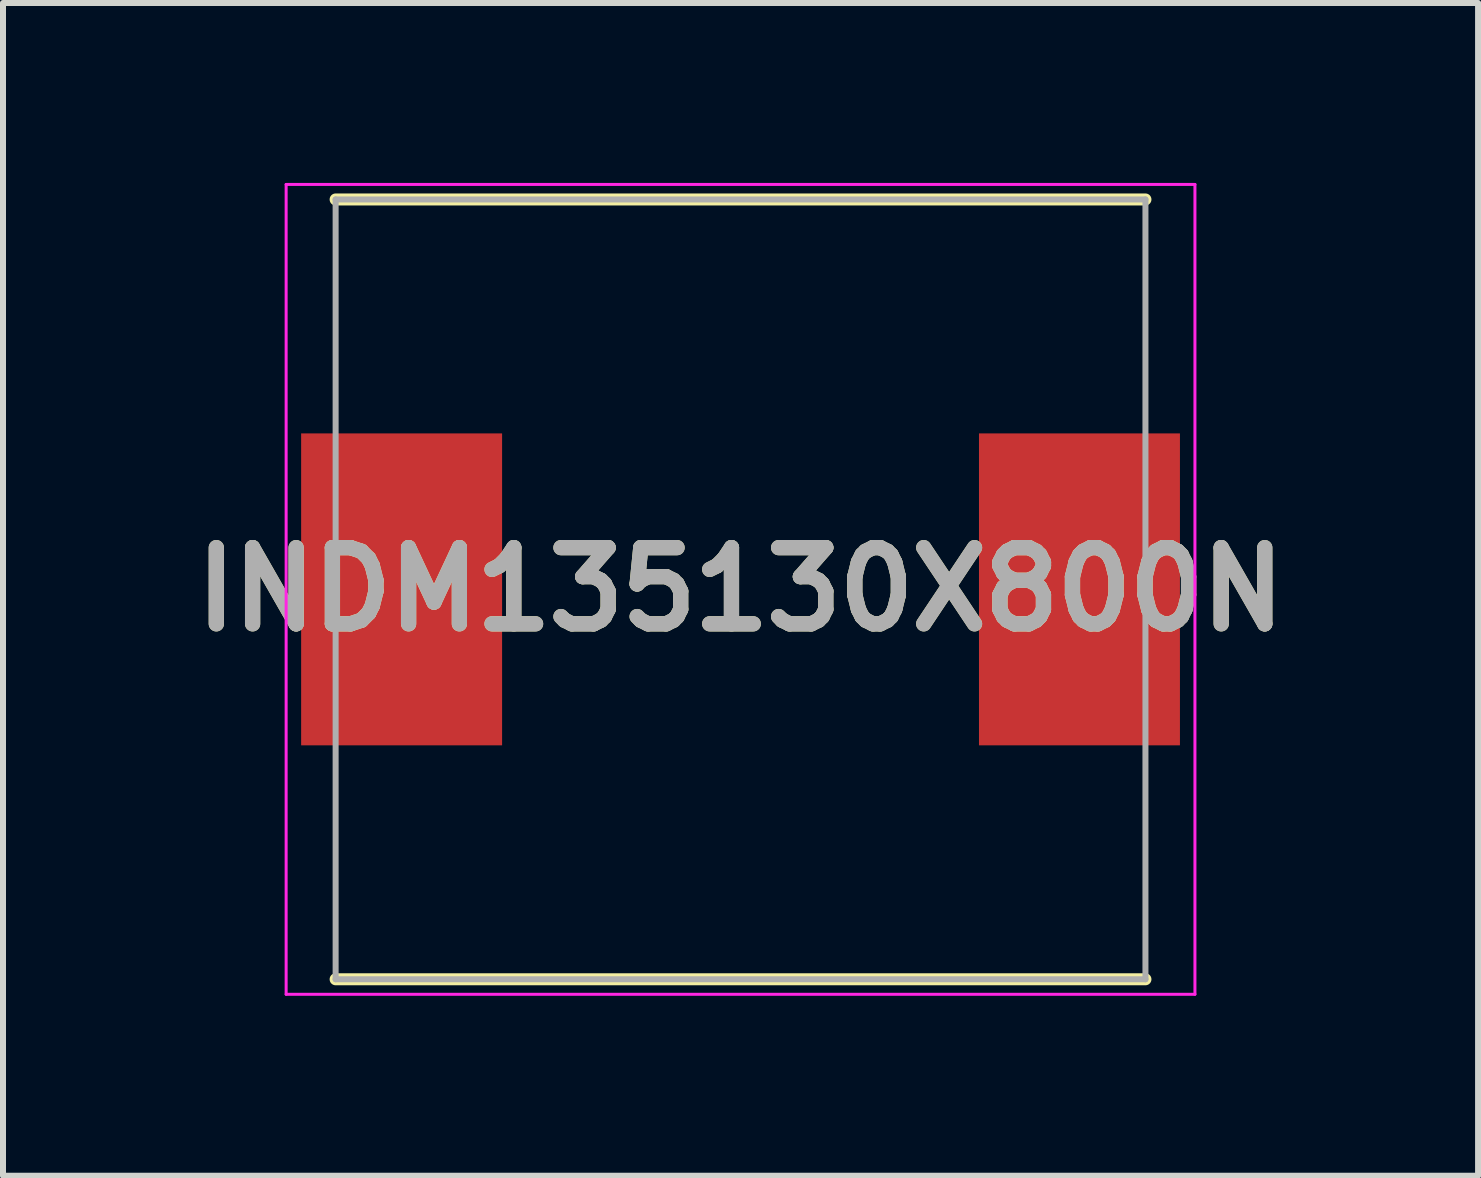
<source format=kicad_pcb>
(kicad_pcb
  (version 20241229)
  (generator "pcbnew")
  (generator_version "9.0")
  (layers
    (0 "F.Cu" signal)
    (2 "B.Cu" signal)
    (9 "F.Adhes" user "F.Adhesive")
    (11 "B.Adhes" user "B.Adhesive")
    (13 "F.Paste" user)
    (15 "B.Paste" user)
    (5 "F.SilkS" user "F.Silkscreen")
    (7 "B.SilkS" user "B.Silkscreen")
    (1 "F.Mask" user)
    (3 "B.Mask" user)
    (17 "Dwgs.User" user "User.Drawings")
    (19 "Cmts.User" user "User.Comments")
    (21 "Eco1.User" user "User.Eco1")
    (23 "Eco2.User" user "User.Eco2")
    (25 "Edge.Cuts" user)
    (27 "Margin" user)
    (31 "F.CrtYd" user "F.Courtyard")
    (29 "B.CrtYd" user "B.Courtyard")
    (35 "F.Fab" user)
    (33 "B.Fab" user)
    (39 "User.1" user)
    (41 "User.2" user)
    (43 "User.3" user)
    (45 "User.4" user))
  (footprint "INDM135130X800N"
    (layer "F.Cu")
    (at 9.295 6.775)
    (property "Reference" "INDM135130X800N" (at 0 0 0) (layer "F.SilkS") (effects (font (size 1.27 1.27) (thickness 0.254))))
    (attr smd)
    (fp_line (start -6.75 6.5) (end 6.75 6.5) (stroke (width 0.2) (type solid)) (layer "F.SilkS"))
    (fp_line (start 6.75 -6.5) (end -6.75 -6.5) (stroke (width 0.2) (type solid)) (layer "F.SilkS"))
    (fp_line (start -7.575 -6.75) (end 7.575 -6.75) (stroke (width 0.05) (type solid)) (layer "F.CrtYd"))
    (fp_line (start -7.575 6.75) (end -7.575 -6.75) (stroke (width 0.05) (type solid)) (layer "F.CrtYd"))
    (fp_line (start 7.575 -6.75) (end 7.575 6.75) (stroke (width 0.05) (type solid)) (layer "F.CrtYd"))
    (fp_line (start 7.575 6.75) (end -7.575 6.75) (stroke (width 0.05) (type solid)) (layer "F.CrtYd"))
    (fp_line (start -6.75 -6.5) (end 6.75 -6.5) (stroke (width 0.1) (type solid)) (layer "F.Fab"))
    (fp_line (start -6.75 6.5) (end -6.75 -6.5) (stroke (width 0.1) (type solid)) (layer "F.Fab"))
    (fp_line (start 6.75 -6.5) (end 6.75 6.5) (stroke (width 0.1) (type solid)) (layer "F.Fab"))
    (fp_line (start 6.75 6.5) (end -6.75 6.5) (stroke (width 0.1) (type solid)) (layer "F.Fab"))
    (fp_text user "${REFERENCE}" (at 0 0 0) (layer "F.Fab") (effects (font (size 1.27 1.27) (thickness 0.254))))
    (pad "1" smd rect (at -5.65 0) (size 3.35 5.2) (layers "F.Cu" "F.Mask" "F.Paste"))
    (pad "2" smd rect (at 5.65 0) (size 3.35 5.2) (layers "F.Cu" "F.Mask" "F.Paste")))
  (gr_rect
    (start -3 -3)
    (end 21.59 16.55)
    (stroke (width 0.1) (type default))
    (fill no)
    (layer "Edge.Cuts")))
</source>
